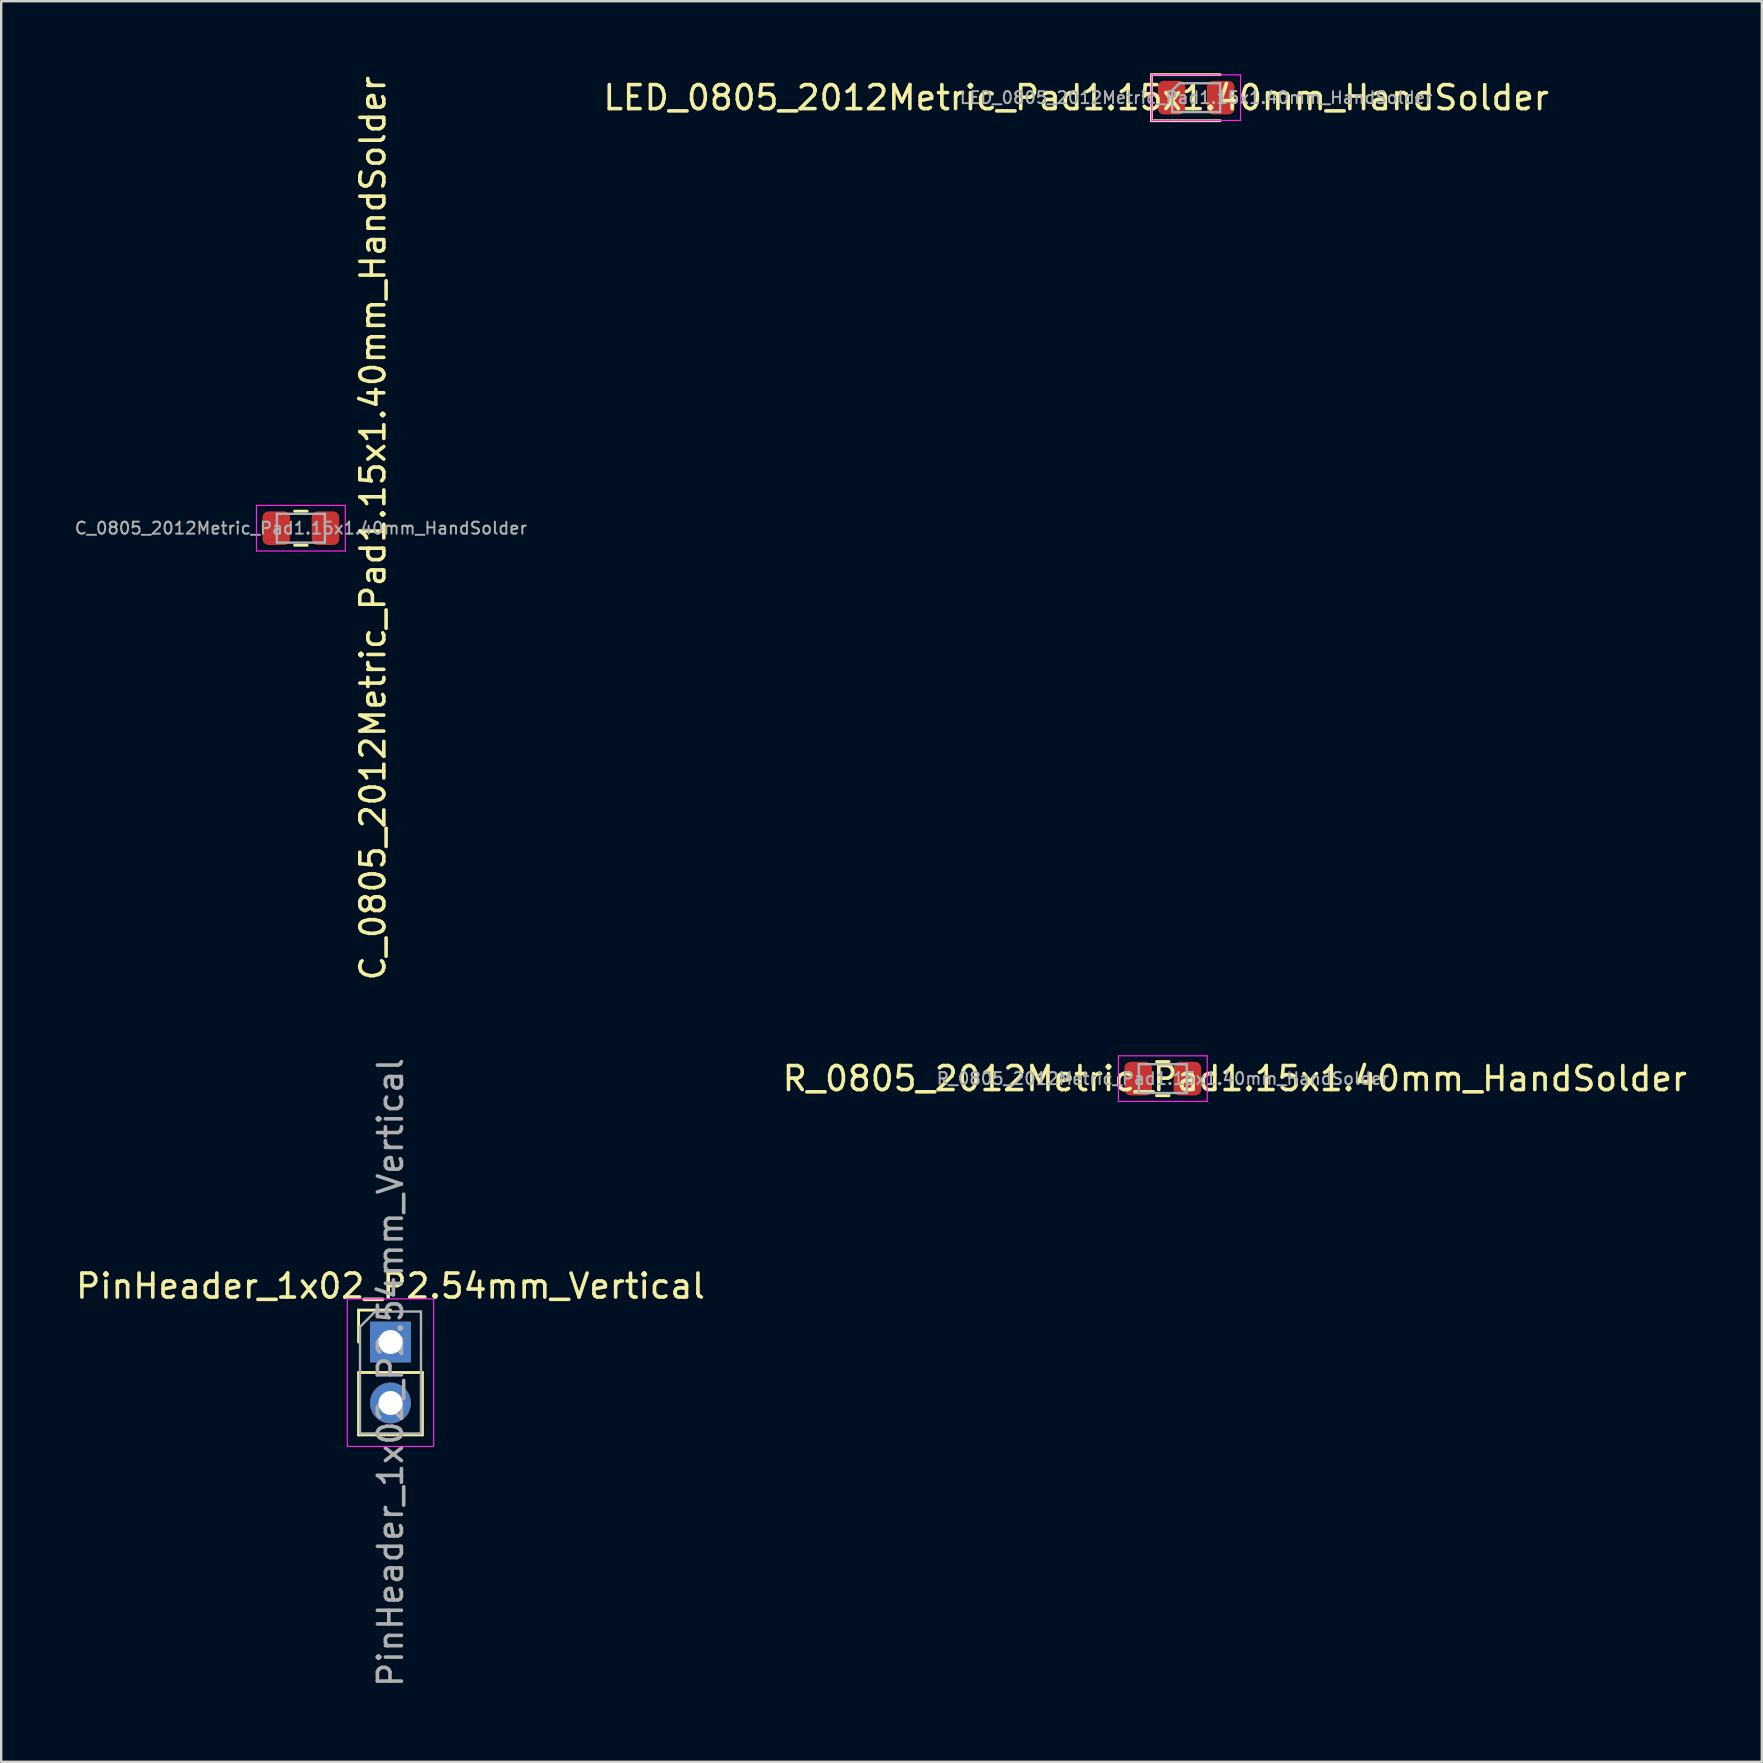
<source format=kicad_pcb>
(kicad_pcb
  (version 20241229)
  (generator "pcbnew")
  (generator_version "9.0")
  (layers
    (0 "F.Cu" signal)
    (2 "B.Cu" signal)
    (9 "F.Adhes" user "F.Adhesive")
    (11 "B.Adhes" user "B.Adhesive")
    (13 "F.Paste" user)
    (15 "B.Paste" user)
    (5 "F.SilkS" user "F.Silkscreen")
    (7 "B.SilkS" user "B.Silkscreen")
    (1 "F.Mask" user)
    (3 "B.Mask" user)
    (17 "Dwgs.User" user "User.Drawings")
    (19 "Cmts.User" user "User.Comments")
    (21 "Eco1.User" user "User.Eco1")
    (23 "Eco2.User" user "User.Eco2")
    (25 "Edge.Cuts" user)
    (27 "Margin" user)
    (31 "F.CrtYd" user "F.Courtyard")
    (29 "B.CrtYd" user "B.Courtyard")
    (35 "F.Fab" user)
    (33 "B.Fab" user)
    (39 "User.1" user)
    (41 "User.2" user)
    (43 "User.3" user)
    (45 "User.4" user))
  (footprint "R_0805_2012Metric_Pad1.15x1.40mm_HandSolder"
    (layer "F.Cu")
    (at 45.399 41.892)
    (property "Reference" "R_0805_2012Metric_Pad1.15x1.40mm_HandSolder" (at 3 0 180) (layer "F.SilkS") (effects (font (size 1 1) (thickness 0.15))))
    (attr smd)
    (fp_line (start -0.261 -0.71) (end 0.261 -0.71) (stroke (width 0.12) (type solid)) (layer "F.SilkS"))
    (fp_line (start -0.261 0.71) (end 0.261 0.71) (stroke (width 0.12) (type solid)) (layer "F.SilkS"))
    (fp_line (start -1.85 -0.95) (end 1.85 -0.95) (stroke (width 0.05) (type solid)) (layer "F.CrtYd"))
    (fp_line (start -1.85 0.95) (end -1.85 -0.95) (stroke (width 0.05) (type solid)) (layer "F.CrtYd"))
    (fp_line (start 1.85 -0.95) (end 1.85 0.95) (stroke (width 0.05) (type solid)) (layer "F.CrtYd"))
    (fp_line (start 1.85 0.95) (end -1.85 0.95) (stroke (width 0.05) (type solid)) (layer "F.CrtYd"))
    (fp_line (start -1 -0.6) (end 1 -0.6) (stroke (width 0.1) (type solid)) (layer "F.Fab"))
    (fp_line (start -1 0.6) (end -1 -0.6) (stroke (width 0.1) (type solid)) (layer "F.Fab"))
    (fp_line (start 1 -0.6) (end 1 0.6) (stroke (width 0.1) (type solid)) (layer "F.Fab"))
    (fp_line (start 1 0.6) (end -1 0.6) (stroke (width 0.1) (type solid)) (layer "F.Fab"))
    (fp_text user "${REFERENCE}" (at 0 0 180) (layer "F.Fab") (effects (font (size 0.5 0.5) (thickness 0.08))))
    (pad "1" smd roundrect (at -1.025 0) (size 1.15 1.4) (layers "F.Cu" "F.Mask" "F.Paste") (roundrect_rratio 0.217))
    (pad "2" smd roundrect (at 1.025 0) (size 1.15 1.4) (layers "F.Cu" "F.Mask" "F.Paste") (roundrect_rratio 0.217)))
  (footprint "PinHeader_1x02_P2.54mm_Vertical"
    (layer "F.Cu")
    (at 13.22 52.867)
    (property "Reference" "PinHeader_1x02_P2.54mm_Vertical" (at 0 -2.33 0) (layer "F.SilkS") (effects (font (size 1 1) (thickness 0.15))))
    (attr through_hole)
    (fp_line (start -1.33 -1.33) (end 0 -1.33) (stroke (width 0.12) (type solid)) (layer "F.SilkS"))
    (fp_line (start -1.33 0) (end -1.33 -1.33) (stroke (width 0.12) (type solid)) (layer "F.SilkS"))
    (fp_line (start -1.33 1.27) (end -1.33 3.87) (stroke (width 0.12) (type solid)) (layer "F.SilkS"))
    (fp_line (start -1.33 1.27) (end 1.33 1.27) (stroke (width 0.12) (type solid)) (layer "F.SilkS"))
    (fp_line (start -1.33 3.87) (end 1.33 3.87) (stroke (width 0.12) (type solid)) (layer "F.SilkS"))
    (fp_line (start 1.33 1.27) (end 1.33 3.87) (stroke (width 0.12) (type solid)) (layer "F.SilkS"))
    (fp_line (start -1.8 -1.8) (end -1.8 4.35) (stroke (width 0.05) (type solid)) (layer "F.CrtYd"))
    (fp_line (start -1.8 4.35) (end 1.8 4.35) (stroke (width 0.05) (type solid)) (layer "F.CrtYd"))
    (fp_line (start 1.8 -1.8) (end -1.8 -1.8) (stroke (width 0.05) (type solid)) (layer "F.CrtYd"))
    (fp_line (start 1.8 4.35) (end 1.8 -1.8) (stroke (width 0.05) (type solid)) (layer "F.CrtYd"))
    (fp_line (start -1.27 -0.635) (end -0.635 -1.27) (stroke (width 0.1) (type solid)) (layer "F.Fab"))
    (fp_line (start -1.27 3.81) (end -1.27 -0.635) (stroke (width 0.1) (type solid)) (layer "F.Fab"))
    (fp_line (start -0.635 -1.27) (end 1.27 -1.27) (stroke (width 0.1) (type solid)) (layer "F.Fab"))
    (fp_line (start 1.27 -1.27) (end 1.27 3.81) (stroke (width 0.1) (type solid)) (layer "F.Fab"))
    (fp_line (start 1.27 3.81) (end -1.27 3.81) (stroke (width 0.1) (type solid)) (layer "F.Fab"))
    (fp_text user "${REFERENCE}" (at 0 1.27 90) (layer "F.Fab") (effects (font (size 1 1) (thickness 0.15))))
    (pad "1" thru_hole rect (at 0 0) (size 1.7 1.7) (drill 1) (layers "*.Cu" "*.Mask"))
    (pad "2" thru_hole oval (at 0 2.54) (size 1.7 1.7) (drill 1) (layers "*.Cu" "*.Mask")))
  (footprint "C_0805_2012Metric_Pad1.15x1.40mm_HandSolder"
    (layer "F.Cu")
    (at 9.487 18.958)
    (property "Reference" "C_0805_2012Metric_Pad1.15x1.40mm_HandSolder" (at 3 0 90) (layer "F.SilkS") (effects (font (size 1 1) (thickness 0.15))))
    (attr smd)
    (fp_line (start -0.261 -0.71) (end 0.261 -0.71) (stroke (width 0.12) (type solid)) (layer "F.SilkS"))
    (fp_line (start -0.261 0.71) (end 0.261 0.71) (stroke (width 0.12) (type solid)) (layer "F.SilkS"))
    (fp_line (start -1.85 -0.95) (end 1.85 -0.95) (stroke (width 0.05) (type solid)) (layer "F.CrtYd"))
    (fp_line (start -1.85 0.95) (end -1.85 -0.95) (stroke (width 0.05) (type solid)) (layer "F.CrtYd"))
    (fp_line (start 1.85 -0.95) (end 1.85 0.95) (stroke (width 0.05) (type solid)) (layer "F.CrtYd"))
    (fp_line (start 1.85 0.95) (end -1.85 0.95) (stroke (width 0.05) (type solid)) (layer "F.CrtYd"))
    (fp_line (start -1 -0.6) (end 1 -0.6) (stroke (width 0.1) (type solid)) (layer "F.Fab"))
    (fp_line (start -1 0.6) (end -1 -0.6) (stroke (width 0.1) (type solid)) (layer "F.Fab"))
    (fp_line (start 1 -0.6) (end 1 0.6) (stroke (width 0.1) (type solid)) (layer "F.Fab"))
    (fp_line (start 1 0.6) (end -1 0.6) (stroke (width 0.1) (type solid)) (layer "F.Fab"))
    (fp_text user "${REFERENCE}" (at 0 0 0) (layer "F.Fab") (effects (font (size 0.5 0.5) (thickness 0.08))))
    (pad "1" smd roundrect (at -1.025 0) (size 1.15 1.4) (layers "F.Cu" "F.Mask" "F.Paste") (roundrect_rratio 0.217))
    (pad "2" smd roundrect (at 1.025 0) (size 1.15 1.4) (layers "F.Cu" "F.Mask" "F.Paste") (roundrect_rratio 0.217)))
  (footprint "LED_0805_2012Metric_Pad1.15x1.40mm_HandSolder"
    (layer "F.Cu")
    (at 46.789 1.02)
    (property "Reference" "LED_0805_2012Metric_Pad1.15x1.40mm_HandSolder" (at -5 0 180) (layer "F.SilkS") (effects (font (size 1 1) (thickness 0.15))))
    (attr smd)
    (fp_line (start -1.86 -0.96) (end -1.86 0.96) (stroke (width 0.12) (type solid)) (layer "F.SilkS"))
    (fp_line (start -1.86 0.96) (end 1 0.96) (stroke (width 0.12) (type solid)) (layer "F.SilkS"))
    (fp_line (start 1 -0.96) (end -1.86 -0.96) (stroke (width 0.12) (type solid)) (layer "F.SilkS"))
    (fp_line (start -1.85 -0.95) (end 1.85 -0.95) (stroke (width 0.05) (type solid)) (layer "F.CrtYd"))
    (fp_line (start -1.85 0.95) (end -1.85 -0.95) (stroke (width 0.05) (type solid)) (layer "F.CrtYd"))
    (fp_line (start 1.85 -0.95) (end 1.85 0.95) (stroke (width 0.05) (type solid)) (layer "F.CrtYd"))
    (fp_line (start 1.85 0.95) (end -1.85 0.95) (stroke (width 0.05) (type solid)) (layer "F.CrtYd"))
    (fp_line (start -1 -0.3) (end -1 0.6) (stroke (width 0.1) (type solid)) (layer "F.Fab"))
    (fp_line (start -1 0.6) (end 1 0.6) (stroke (width 0.1) (type solid)) (layer "F.Fab"))
    (fp_line (start -0.7 -0.6) (end -1 -0.3) (stroke (width 0.1) (type solid)) (layer "F.Fab"))
    (fp_line (start 1 -0.6) (end -0.7 -0.6) (stroke (width 0.1) (type solid)) (layer "F.Fab"))
    (fp_line (start 1 0.6) (end 1 -0.6) (stroke (width 0.1) (type solid)) (layer "F.Fab"))
    (fp_text user "${REFERENCE}" (at 0 0 180) (layer "F.Fab") (effects (font (size 0.5 0.5) (thickness 0.08))))
    (pad "1" smd roundrect (at -1.025 0) (size 1.15 1.4) (layers "F.Cu" "F.Mask" "F.Paste") (roundrect_rratio 0.217))
    (pad "2" smd roundrect (at 1.025 0) (size 1.15 1.4) (layers "F.Cu" "F.Mask" "F.Paste") (roundrect_rratio 0.217)))
  (gr_rect
    (start -3 -3)
    (end 70.357 70.357)
    (stroke (width 0.1) (type default))
    (fill no)
    (layer "Edge.Cuts")))
</source>
